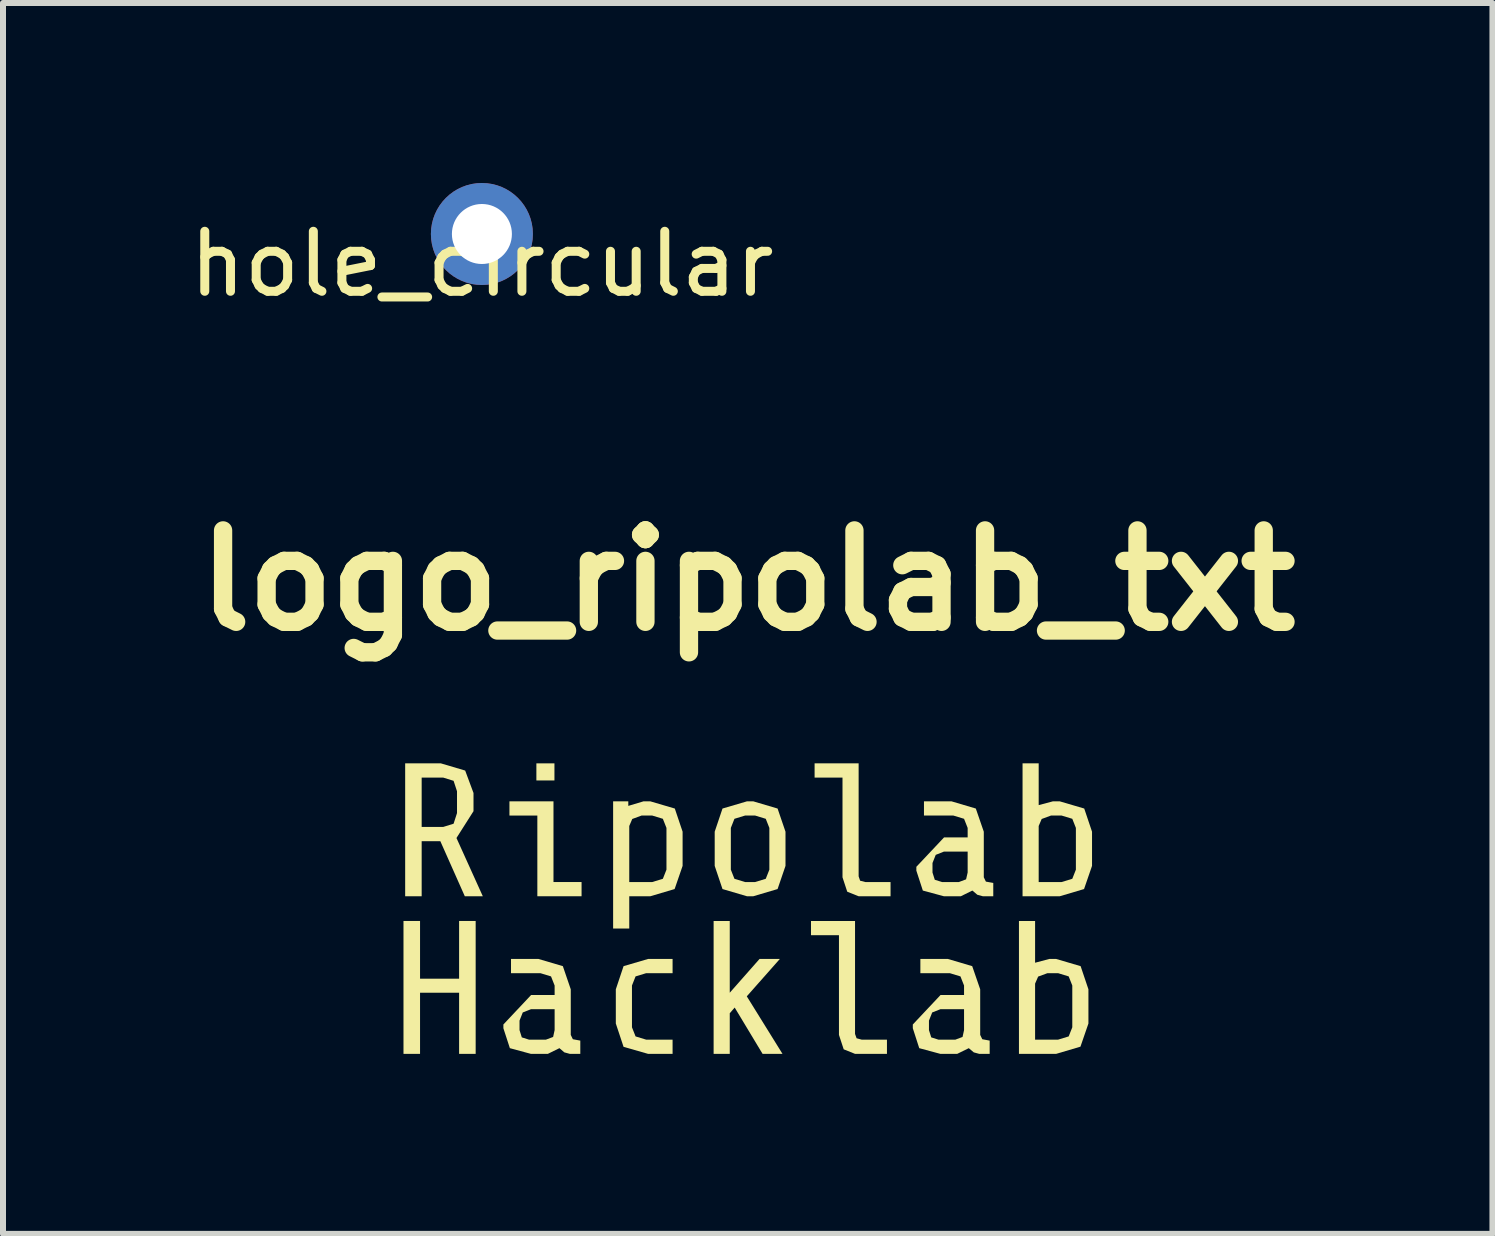
<source format=kicad_pcb>
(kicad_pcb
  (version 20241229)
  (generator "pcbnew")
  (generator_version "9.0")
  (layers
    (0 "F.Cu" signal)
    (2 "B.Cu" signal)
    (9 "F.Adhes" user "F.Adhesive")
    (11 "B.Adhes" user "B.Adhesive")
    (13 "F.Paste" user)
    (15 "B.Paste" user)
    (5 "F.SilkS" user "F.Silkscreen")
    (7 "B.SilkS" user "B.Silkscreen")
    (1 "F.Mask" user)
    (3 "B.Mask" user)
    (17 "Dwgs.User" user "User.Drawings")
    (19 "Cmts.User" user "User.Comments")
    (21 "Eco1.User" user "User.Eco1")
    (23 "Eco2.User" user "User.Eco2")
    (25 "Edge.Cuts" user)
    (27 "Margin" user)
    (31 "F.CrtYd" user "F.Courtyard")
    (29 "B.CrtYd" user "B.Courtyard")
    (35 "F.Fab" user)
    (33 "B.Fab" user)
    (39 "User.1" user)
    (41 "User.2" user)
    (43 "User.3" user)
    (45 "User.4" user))
  (footprint "logo_ripolab_txt"
    (layer "F.Cu")
    (at 9.413 12.094)
    (property "Reference" "logo_ripolab_txt" (at 0 -5.469 0) (layer "F.SilkS") (effects (font (size 1.524 1.524) (thickness 0.305))))
    (attr smd)
    (fp_poly (pts (xy -5.462 1.402) (xy -5.462 2.421) (xy -5.738 2.421) (xy -5.738 0.206) (xy -5.462 0.206) (xy -5.462 1.168) (xy -4.811 1.168) (xy -4.811 0.206) (xy -4.535 0.206) (xy -4.535 2.421) (xy -4.811 2.421) (xy -4.811 1.402) (xy -5.462 1.402)) (stroke (width 0) (type solid)) (fill yes) (layer "F.SilkS"))
    (fp_poly (pts (xy -0.3 1.744) (xy -0.3 2.421) (xy -0.569 2.421) (xy -0.569 0.206) (xy -0.3 0.206) (xy -0.3 1.402) (xy 0.196 0.839) (xy 0.535 0.839) (xy -0.016 1.462) (xy 0.579 2.421) (xy 0.247 2.421) (xy -0.218 1.649) (xy -0.3 1.744)) (stroke (width 0) (type solid)) (fill yes) (layer "F.SilkS"))
    (fp_poly (pts (xy 1.788 2.421) (xy 1.599 2.345) (xy 1.52 2.105) (xy 1.52 0.443) (xy 1.054 0.443) (xy 1.054 0.206) (xy 1.788 0.206) (xy 1.788 2.089) (xy 1.814 2.161) (xy 1.899 2.184) (xy 2.32 2.184) (xy 2.32 2.421) (xy 1.788 2.421) (xy 1.788 2.421)) (stroke (width 0) (type solid)) (fill yes) (layer "F.SilkS"))
    (fp_poly (pts (xy 1.848 -0.206) (xy 1.658 -0.282) (xy 1.579 -0.522) (xy 1.579 -2.184) (xy 1.114 -2.184) (xy 1.114 -2.421) (xy 1.848 -2.421) (xy 1.848 -0.538) (xy 1.873 -0.465) (xy 1.959 -0.443) (xy 2.38 -0.443) (xy 2.38 -0.206) (xy 1.848 -0.206) (xy 1.848 -0.206)) (stroke (width 0) (type solid)) (fill yes) (layer "F.SilkS"))
    (fp_poly (pts (xy -3.222 -2.421) (xy -2.77 -0.443) (xy -2.77 -0.206) (xy -3.507 -0.206) (xy -3.507 -1.551) (xy -3.972 -1.551) (xy -3.972 -1.788) (xy -3.238 -1.788) (xy -3.238 -0.443) (xy -2.77 -0.443) (xy -3.222 -2.421) (xy -3.222 -2.136) (xy -3.523 -2.136) (xy -3.523 -2.421) (xy -3.222 -2.421)) (stroke (width 0) (type solid)) (fill yes) (layer "F.SilkS"))
    (fp_poly (pts (xy -1.661 2.421) (xy -2.07 2.304) (xy -2.199 1.915) (xy -2.199 1.345) (xy -2.07 0.959) (xy -1.661 0.839) (xy -1.253 0.839) (xy -1.253 1.076) (xy -1.693 1.076) (xy -1.87 1.13) (xy -1.93 1.282) (xy -1.93 1.978) (xy -1.87 2.13) (xy -1.693 2.184) (xy -1.253 2.184) (xy -1.253 2.421) (xy -1.661 2.421)) (stroke (width 0) (type solid)) (fill yes) (layer "F.SilkS"))
    (fp_poly (pts (xy -5.435 -1.124) (xy -5.435 -1.361) (xy -5.077 -1.361) (xy -4.903 -1.415) (xy -4.846 -1.592) (xy -4.846 -1.956) (xy -4.903 -2.13) (xy -5.077 -2.184) (xy -5.435 -2.184) (xy -5.435 -1.361) (xy -5.435 -1.124) (xy -5.435 -0.206) (xy -5.71 -0.206) (xy -5.71 -2.421) (xy -5.115 -2.421) (xy -4.71 -2.301) (xy -4.571 -1.927) (xy -4.571 -1.624) (xy -4.855 -1.177) (xy -4.416 -0.206) (xy -4.716 -0.206) (xy -5.124 -1.124) (xy -5.435 -1.124)) (stroke (width 0) (type solid)) (fill yes) (layer "F.SilkS"))
    (fp_poly (pts (xy 5.678 1.915) (xy 5.349 2.13) (xy 5.409 1.978) (xy 5.409 1.282) (xy 5.349 1.13) (xy 5.172 1.076) (xy 4.995 1.076) (xy 4.84 1.133) (xy 4.789 1.25) (xy 4.789 2.184) (xy 5.172 2.184) (xy 5.349 2.13) (xy 5.678 1.915) (xy 5.545 2.301) (xy 5.14 2.421) (xy 4.52 2.421) (xy 4.52 0.206) (xy 4.789 0.206) (xy 4.789 0.902) (xy 5.026 0.839) (xy 5.14 0.839) (xy 5.548 0.959) (xy 5.678 1.345) (xy 5.678 1.915)) (stroke (width 0) (type solid)) (fill yes) (layer "F.SilkS"))
    (fp_poly (pts (xy 5.738 -0.712) (xy 5.409 -0.497) (xy 5.469 -0.649) (xy 5.469 -1.345) (xy 5.409 -1.497) (xy 5.231 -1.551) (xy 5.054 -1.551) (xy 4.899 -1.494) (xy 4.849 -1.377) (xy 4.849 -0.443) (xy 5.231 -0.443) (xy 5.409 -0.497) (xy 5.738 -0.712) (xy 5.605 -0.326) (xy 5.2 -0.206) (xy 4.58 -0.206) (xy 4.58 -2.421) (xy 4.849 -2.421) (xy 4.849 -1.725) (xy 5.086 -1.788) (xy 5.2 -1.788) (xy 5.608 -1.668) (xy 5.738 -1.282) (xy 5.738 -0.712)) (stroke (width 0) (type solid)) (fill yes) (layer "F.SilkS"))
    (fp_poly (pts (xy -1.991 -1.788) (xy -1.991 -1.712) (xy -1.77 -1.551) (xy -1.925 -1.494) (xy -1.975 -1.377) (xy -1.975 -0.443) (xy -1.592 -0.443) (xy -1.415 -0.497) (xy -1.355 -0.649) (xy -1.355 -1.345) (xy -1.415 -1.497) (xy -1.592 -1.551) (xy -1.77 -1.551) (xy -1.991 -1.712) (xy -1.738 -1.788) (xy -1.624 -1.788) (xy -1.216 -1.668) (xy -1.086 -1.282) (xy -1.086 -0.712) (xy -1.219 -0.326) (xy -1.624 -0.206) (xy -1.975 -0.206) (xy -1.975 0.332) (xy -2.244 0.332) (xy -2.244 -1.788) (xy -1.991 -1.788)) (stroke (width 0) (type solid)) (fill yes) (layer "F.SilkS"))
    (fp_poly (pts (xy 0.629 -0.712) (xy 0.36 -1.345) (xy 0.3 -1.497) (xy 0.123 -1.551) (xy -0.045 -1.551) (xy -0.222 -1.497) (xy -0.282 -1.345) (xy -0.282 -0.649) (xy -0.222 -0.497) (xy -0.045 -0.443) (xy 0.123 -0.443) (xy 0.3 -0.497) (xy 0.36 -0.649) (xy 0.36 -1.345) (xy 0.629 -0.712) (xy 0.497 -0.326) (xy 0.092 -0.206) (xy -0.013 -0.206) (xy -0.421 -0.326) (xy -0.551 -0.712) (xy -0.551 -1.282) (xy -0.421 -1.668) (xy -0.013 -1.788) (xy 0.092 -1.788) (xy 0.497 -1.668) (xy 0.629 -1.282) (xy 0.629 -0.712)) (stroke (width 0) (type solid)) (fill yes) (layer "F.SilkS"))
    (fp_poly (pts (xy -2.965 2.421) (xy -3.244 2.139) (xy -3.219 2.025) (xy -3.219 1.677) (xy -3.614 1.677) (xy -3.75 1.731) (xy -3.804 1.867) (xy -3.804 2.025) (xy -3.766 2.146) (xy -3.646 2.184) (xy -3.364 2.184) (xy -3.244 2.139) (xy -2.965 2.421) (xy -3.057 2.396) (xy -3.139 2.326) (xy -3.332 2.421) (xy -3.614 2.421) (xy -3.965 2.326) (xy -4.073 1.994) (xy -4.073 1.931) (xy -3.611 1.44) (xy -3.219 1.44) (xy -3.219 1.282) (xy -3.279 1.13) (xy -3.456 1.076) (xy -3.946 1.076) (xy -3.946 0.839) (xy -3.488 0.839) (xy -3.082 0.959) (xy -2.95 1.345) (xy -2.95 2.105) (xy -2.915 2.177) (xy -2.791 2.2) (xy -2.791 2.421) (xy -2.965 2.421) (xy -2.965 2.421)) (stroke (width 0) (type solid)) (fill yes) (layer "F.SilkS"))
    (fp_poly (pts (xy 3.858 2.421) (xy 3.46 2.184) (xy 3.58 2.139) (xy 3.605 2.025) (xy 3.605 1.677) (xy 3.21 1.677) (xy 3.074 1.731) (xy 3.02 1.867) (xy 3.02 2.025) (xy 3.058 2.146) (xy 3.178 2.184) (xy 3.46 2.184) (xy 3.858 2.421) (xy 3.767 2.396) (xy 3.684 2.326) (xy 3.491 2.421) (xy 3.21 2.421) (xy 2.858 2.326) (xy 2.751 1.994) (xy 2.751 1.931) (xy 3.213 1.44) (xy 3.605 1.44) (xy 3.605 1.282) (xy 3.545 1.13) (xy 3.368 1.076) (xy 2.877 1.076) (xy 2.877 0.839) (xy 3.336 0.839) (xy 3.741 0.959) (xy 3.874 1.345) (xy 3.874 2.105) (xy 3.909 2.177) (xy 4.032 2.2) (xy 4.032 2.421) (xy 3.858 2.421) (xy 3.858 2.421)) (stroke (width 0) (type solid)) (fill yes) (layer "F.SilkS"))
    (fp_poly (pts (xy 3.918 -0.206) (xy 3.519 -0.443) (xy 3.639 -0.488) (xy 3.665 -0.602) (xy 3.665 -0.95) (xy 3.269 -0.95) (xy 3.133 -0.896) (xy 3.079 -0.76) (xy 3.079 -0.602) (xy 3.117 -0.481) (xy 3.238 -0.443) (xy 3.519 -0.443) (xy 3.918 -0.206) (xy 3.826 -0.231) (xy 3.744 -0.301) (xy 3.551 -0.206) (xy 3.269 -0.206) (xy 2.918 -0.301) (xy 2.81 -0.633) (xy 2.81 -0.697) (xy 3.272 -1.187) (xy 3.665 -1.187) (xy 3.665 -1.345) (xy 3.605 -1.497) (xy 3.427 -1.551) (xy 2.937 -1.551) (xy 2.937 -1.788) (xy 3.396 -1.788) (xy 3.801 -1.668) (xy 3.934 -1.282) (xy 3.934 -0.522) (xy 3.969 -0.45) (xy 4.092 -0.428) (xy 4.092 -0.206) (xy 3.918 -0.206) (xy 3.918 -0.206)) (stroke (width 0) (type solid)) (fill yes) (layer "F.SilkS")))
  (footprint "hole_circular"
    (layer "F.Cu")
    (at 4.982 0.85)
    (property "Reference" "hole_circular" (at 0 0.5 0) (layer "F.SilkS") (effects (font (size 1 1) (thickness 0.15))))
    (attr through_hole)
    (pad "1" thru_hole oval (at 0 0) (size 1.7 1.7) (drill 1) (layers "*.Cu" "*.Mask")))
  (gr_rect
    (start -3 -3)
    (end 21.825 17.515)
    (stroke (width 0.1) (type default))
    (fill no)
    (layer "Edge.Cuts")))
</source>
